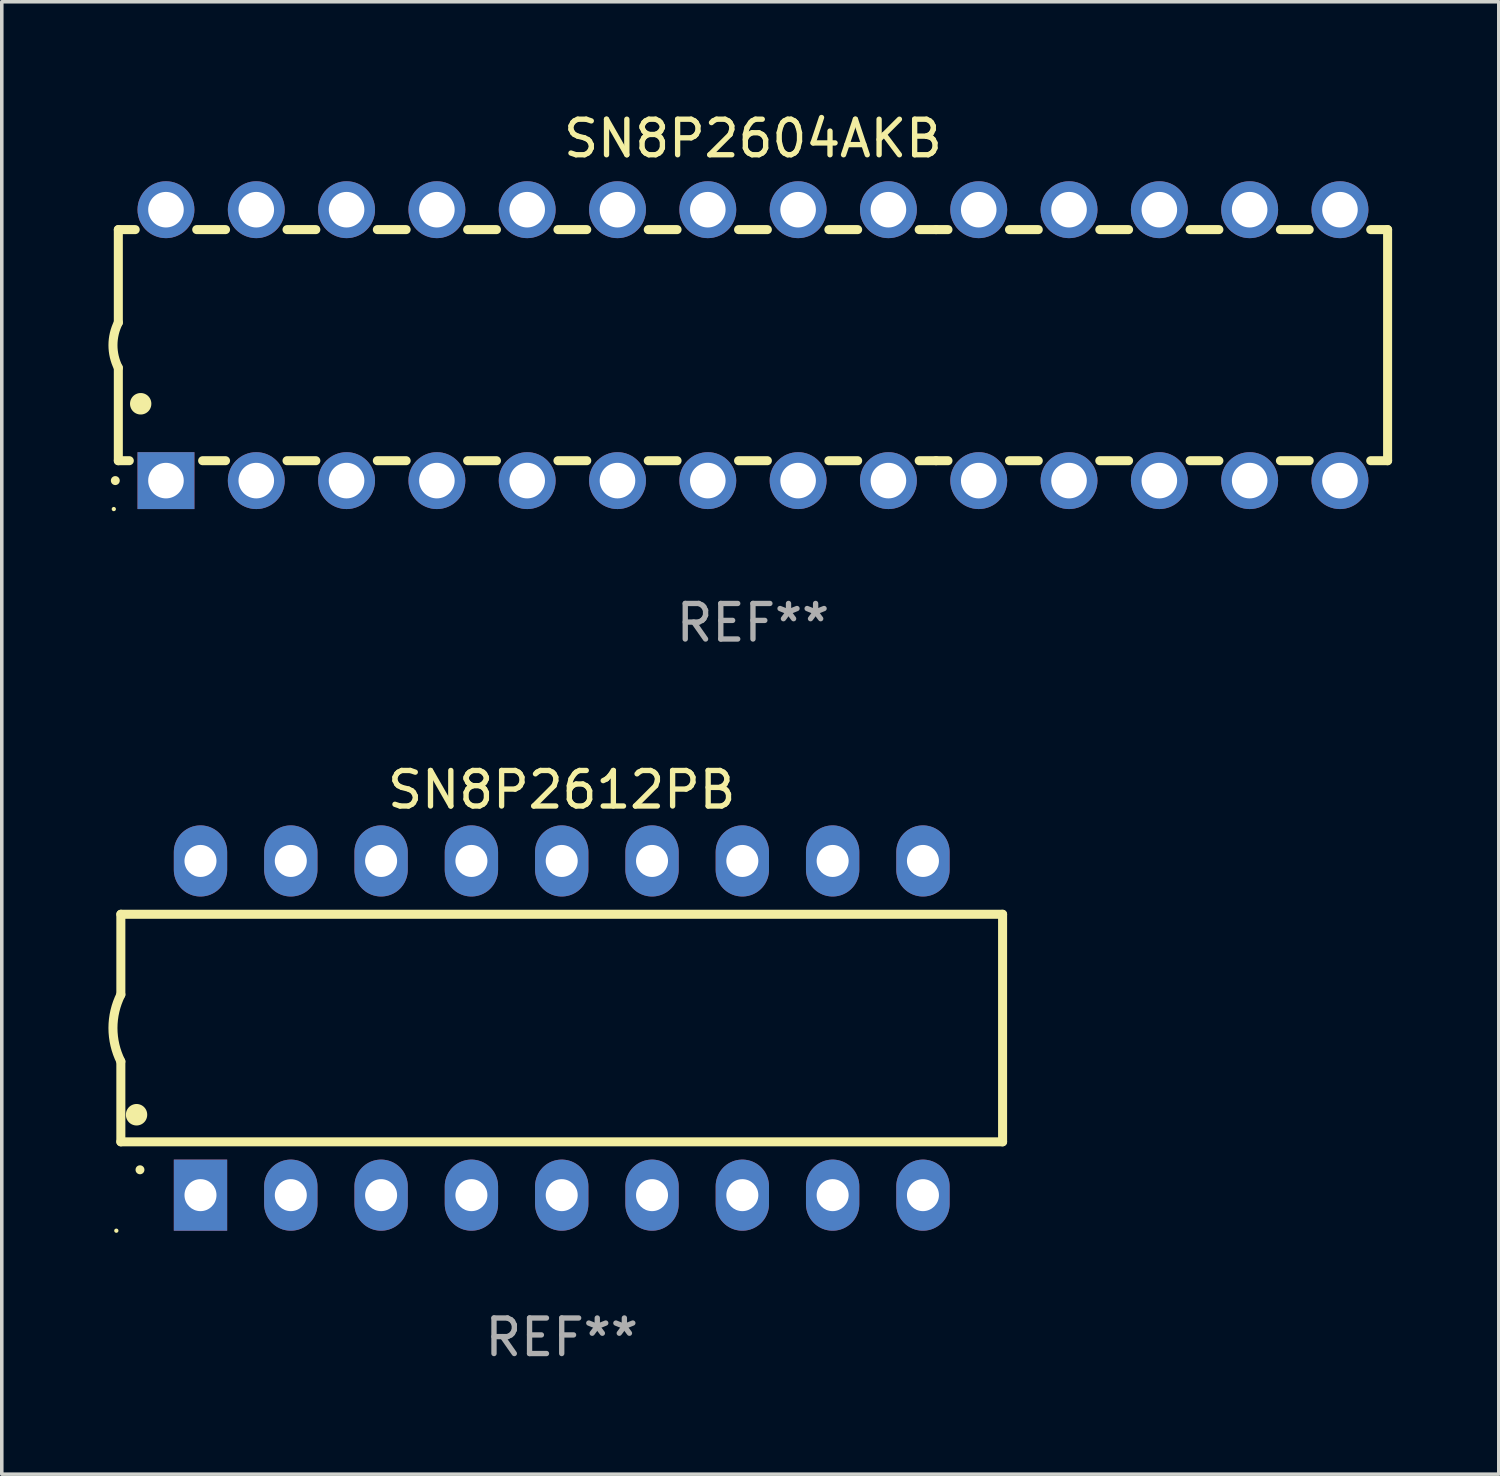
<source format=kicad_pcb>
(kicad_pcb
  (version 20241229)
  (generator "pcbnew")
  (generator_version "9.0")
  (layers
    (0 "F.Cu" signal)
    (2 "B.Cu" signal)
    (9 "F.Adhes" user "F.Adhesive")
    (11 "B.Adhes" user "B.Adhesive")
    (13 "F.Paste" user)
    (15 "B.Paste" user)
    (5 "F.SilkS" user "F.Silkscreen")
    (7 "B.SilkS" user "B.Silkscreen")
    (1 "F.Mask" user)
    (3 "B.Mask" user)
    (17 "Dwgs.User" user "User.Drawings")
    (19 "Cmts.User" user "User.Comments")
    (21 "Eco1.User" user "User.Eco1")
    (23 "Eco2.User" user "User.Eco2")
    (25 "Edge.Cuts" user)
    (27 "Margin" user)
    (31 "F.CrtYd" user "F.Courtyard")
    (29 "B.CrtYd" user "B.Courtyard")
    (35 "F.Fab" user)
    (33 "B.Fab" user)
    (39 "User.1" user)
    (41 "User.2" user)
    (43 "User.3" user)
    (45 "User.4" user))
  (footprint "SN8P2612PB"
    (layer "F.Cu")
    (at 12.749 25.865)
    (property "Reference" "SN8P2612PB" (at 0 -6.7 0) (layer "F.SilkS") (effects (font (size 1 1) (thickness 0.15))))
    (attr through_hole)
    (fp_line (start -12.4 -3.2) (end -12.4 -0.94) (stroke (width 0.254) (type solid)) (layer "F.SilkS"))
    (fp_line (start -12.4 -3.2) (end 12.4 -3.2) (stroke (width 0.254) (type solid)) (layer "F.SilkS"))
    (fp_line (start -12.4 3.2) (end -12.4 0.94) (stroke (width 0.254) (type solid)) (layer "F.SilkS"))
    (fp_line (start -12.4 3.2) (end 12.4 3.2) (stroke (width 0.254) (type solid)) (layer "F.SilkS"))
    (fp_line (start 12.4 -3.2) (end 12.4 3.2) (stroke (width 0.254) (type solid)) (layer "F.SilkS"))
    (fp_arc (start -12.400305 0.938531) (mid -12.621952 -0.000821) (end -12.400025 -0.940107) (stroke (width 0.254001) (type solid)) (layer "F.SilkS"))
    (fp_arc (start -11.958623 2.440843) (mid -11.958634 2.438303) (end -11.958623 2.435763) (stroke (width 0.6) (type solid)) (layer "F.SilkS"))
    (fp_arc (start -11.861824 3.987706) (mid -11.861831 3.986436) (end -11.861824 3.985166) (stroke (width 0.25) (type solid)) (layer "F.SilkS"))
    (fp_circle (center -12.527 5.7) (end -12.497 5.7) (stroke (width 0.06) (type solid)) (fill no) (layer "F.SilkS"))
    (fp_text user "REF**" (at 0 8.7 0) (layer "F.Fab") (effects (font (size 1 1) (thickness 0.15))))
    (pad "1" thru_hole rect (at -10.16 4.7 90) (size 2 1.5) (drill 0.9) (layers "*.Cu" "*.Mask"))
    (pad "2" thru_hole oval (at -7.62 4.7 90) (size 2 1.5) (drill 0.9) (layers "*.Cu" "*.Mask"))
    (pad "3" thru_hole oval (at -5.08 4.7 90) (size 2 1.5) (drill 0.9) (layers "*.Cu" "*.Mask"))
    (pad "4" thru_hole oval (at -2.54 4.7 90) (size 2 1.5) (drill 0.9) (layers "*.Cu" "*.Mask"))
    (pad "5" thru_hole oval (at 0 4.7 90) (size 2 1.5) (drill 0.9) (layers "*.Cu" "*.Mask"))
    (pad "6" thru_hole oval (at 2.54 4.7 90) (size 2 1.5) (drill 0.9) (layers "*.Cu" "*.Mask"))
    (pad "7" thru_hole oval (at 5.08 4.7 90) (size 2 1.5) (drill 0.9) (layers "*.Cu" "*.Mask"))
    (pad "8" thru_hole oval (at 7.62 4.7 90) (size 2 1.5) (drill 0.9) (layers "*.Cu" "*.Mask"))
    (pad "9" thru_hole oval (at 10.16 4.7 90) (size 2 1.5) (drill 0.9) (layers "*.Cu" "*.Mask"))
    (pad "10" thru_hole oval (at 10.16 -4.7 90) (size 2 1.5) (drill 0.9) (layers "*.Cu" "*.Mask"))
    (pad "11" thru_hole oval (at 7.62 -4.7 90) (size 2 1.5) (drill 0.9) (layers "*.Cu" "*.Mask"))
    (pad "12" thru_hole oval (at 5.08 -4.7 90) (size 2 1.5) (drill 0.9) (layers "*.Cu" "*.Mask"))
    (pad "13" thru_hole oval (at 2.54 -4.7 90) (size 2 1.5) (drill 0.9) (layers "*.Cu" "*.Mask"))
    (pad "14" thru_hole oval (at 0 -4.7 90) (size 2 1.5) (drill 0.9) (layers "*.Cu" "*.Mask"))
    (pad "15" thru_hole oval (at -2.54 -4.7 90) (size 2 1.5) (drill 0.9) (layers "*.Cu" "*.Mask"))
    (pad "16" thru_hole oval (at -5.08 -4.7 90) (size 2 1.5) (drill 0.9) (layers "*.Cu" "*.Mask"))
    (pad "17" thru_hole oval (at -7.62 -4.7 90) (size 2 1.5) (drill 0.9) (layers "*.Cu" "*.Mask"))
    (pad "18" thru_hole oval (at -10.16 -4.7 90) (size 2 1.5) (drill 0.9) (layers "*.Cu" "*.Mask")))
  (footprint "SN8P2604AKB"
    (layer "F.Cu")
    (at 18.128 6.658)
    (property "Reference" "SN8P2604AKB" (at 0 -5.81 0) (layer "F.SilkS") (effects (font (size 1 1) (thickness 0.15))))
    (attr through_hole)
    (fp_line (start -17.85 -3.25) (end -17.85 -0.635) (stroke (width 0.254) (type solid)) (layer "F.SilkS"))
    (fp_line (start -17.85 3.25) (end -17.85 0.635) (stroke (width 0.254) (type solid)) (layer "F.SilkS"))
    (fp_line (start -17.85 3.25) (end -17.541 3.25) (stroke (width 0.254) (type solid)) (layer "F.SilkS"))
    (fp_line (start -17.375 -3.25) (end -17.85 -3.25) (stroke (width 0.254) (type solid)) (layer "F.SilkS"))
    (fp_line (start -15.479 3.25) (end -14.835 3.25) (stroke (width 0.254) (type solid)) (layer "F.SilkS"))
    (fp_line (start -14.835 -3.25) (end -15.645 -3.25) (stroke (width 0.254) (type solid)) (layer "F.SilkS"))
    (fp_line (start -13.105 3.25) (end -12.295 3.25) (stroke (width 0.254) (type solid)) (layer "F.SilkS"))
    (fp_line (start -12.295 -3.25) (end -13.105 -3.25) (stroke (width 0.254) (type solid)) (layer "F.SilkS"))
    (fp_line (start -10.565 3.25) (end -9.755 3.25) (stroke (width 0.254) (type solid)) (layer "F.SilkS"))
    (fp_line (start -9.755 -3.25) (end -10.565 -3.25) (stroke (width 0.254) (type solid)) (layer "F.SilkS"))
    (fp_line (start -8.025 3.25) (end -7.215 3.25) (stroke (width 0.254) (type solid)) (layer "F.SilkS"))
    (fp_line (start -7.215 -3.25) (end -8.025 -3.25) (stroke (width 0.254) (type solid)) (layer "F.SilkS"))
    (fp_line (start -5.485 3.25) (end -4.675 3.25) (stroke (width 0.254) (type solid)) (layer "F.SilkS"))
    (fp_line (start -4.675 -3.25) (end -5.485 -3.25) (stroke (width 0.254) (type solid)) (layer "F.SilkS"))
    (fp_line (start -2.945 3.25) (end -2.135 3.25) (stroke (width 0.254) (type solid)) (layer "F.SilkS"))
    (fp_line (start -2.135 -3.25) (end -2.945 -3.25) (stroke (width 0.254) (type solid)) (layer "F.SilkS"))
    (fp_line (start -0.405 3.25) (end 0.405 3.25) (stroke (width 0.254) (type solid)) (layer "F.SilkS"))
    (fp_line (start 0.405 -3.25) (end -0.405 -3.25) (stroke (width 0.254) (type solid)) (layer "F.SilkS"))
    (fp_line (start 2.135 3.25) (end 2.945 3.25) (stroke (width 0.254) (type solid)) (layer "F.SilkS"))
    (fp_line (start 2.945 -3.25) (end 2.135 -3.25) (stroke (width 0.254) (type solid)) (layer "F.SilkS"))
    (fp_line (start 4.675 3.25) (end 5.15 3.25) (stroke (width 0.254) (type solid)) (layer "F.SilkS"))
    (fp_line (start 5.15 -3.25) (end 4.675 -3.25) (stroke (width 0.254) (type solid)) (layer "F.SilkS"))
    (fp_line (start 5.15 -3.25) (end 5.485 -3.25) (stroke (width 0.254) (type solid)) (layer "F.SilkS"))
    (fp_line (start 5.15 3.25) (end 5.485 3.25) (stroke (width 0.254) (type solid)) (layer "F.SilkS"))
    (fp_line (start 7.215 -3.25) (end 8.025 -3.25) (stroke (width 0.254) (type solid)) (layer "F.SilkS"))
    (fp_line (start 7.215 3.25) (end 8.025 3.25) (stroke (width 0.254) (type solid)) (layer "F.SilkS"))
    (fp_line (start 9.755 -3.25) (end 10.565 -3.25) (stroke (width 0.254) (type solid)) (layer "F.SilkS"))
    (fp_line (start 9.755 3.25) (end 10.565 3.25) (stroke (width 0.254) (type solid)) (layer "F.SilkS"))
    (fp_line (start 12.295 -3.25) (end 13.105 -3.25) (stroke (width 0.254) (type solid)) (layer "F.SilkS"))
    (fp_line (start 12.295 3.25) (end 13.105 3.25) (stroke (width 0.254) (type solid)) (layer "F.SilkS"))
    (fp_line (start 14.835 -3.25) (end 15.645 -3.25) (stroke (width 0.254) (type solid)) (layer "F.SilkS"))
    (fp_line (start 14.835 3.25) (end 15.645 3.25) (stroke (width 0.254) (type solid)) (layer "F.SilkS"))
    (fp_line (start 17.375 -3.25) (end 17.85 -3.25) (stroke (width 0.254) (type solid)) (layer "F.SilkS"))
    (fp_line (start 17.375 3.25) (end 17.85 3.25) (stroke (width 0.254) (type solid)) (layer "F.SilkS"))
    (fp_line (start 17.85 -3.25) (end 17.85 3.25) (stroke (width 0.254) (type solid)) (layer "F.SilkS"))
    (fp_arc (start -17.934976 3.810008) (mid -17.934983 3.808738) (end -17.934976 3.807468) (stroke (width 0.25) (type solid)) (layer "F.SilkS"))
    (fp_arc (start -17.851155 0.635002) (mid -18.000677 -0.000132) (end -17.850038 -0.635001) (stroke (width 0.254001) (type solid)) (layer "F.SilkS"))
    (fp_arc (start -17.221234 1.651003) (mid -17.221245 1.648463) (end -17.221234 1.645923) (stroke (width 0.6) (type solid)) (layer "F.SilkS"))
    (fp_circle (center -17.977 4.61) (end -17.947 4.61) (stroke (width 0.06) (type solid)) (fill no) (layer "F.SilkS"))
    (fp_text user "REF**" (at 0 7.81 0) (layer "F.Fab") (effects (font (size 1 1) (thickness 0.15))))
    (pad "1" thru_hole rect (at -16.51 3.81 90) (size 1.6 1.6) (drill 1) (layers "*.Cu" "*.Mask"))
    (pad "2" thru_hole circle (at -13.97 3.81 90) (size 1.6 1.6) (drill 1) (layers "*.Cu" "*.Mask"))
    (pad "3" thru_hole circle (at -11.43 3.81 90) (size 1.6 1.6) (drill 1) (layers "*.Cu" "*.Mask"))
    (pad "4" thru_hole circle (at -8.89 3.81 90) (size 1.6 1.6) (drill 1) (layers "*.Cu" "*.Mask"))
    (pad "5" thru_hole circle (at -6.35 3.81 90) (size 1.6 1.6) (drill 1) (layers "*.Cu" "*.Mask"))
    (pad "6" thru_hole circle (at -3.81 3.81 90) (size 1.6 1.6) (drill 1) (layers "*.Cu" "*.Mask"))
    (pad "7" thru_hole circle (at -1.27 3.81 90) (size 1.6 1.6) (drill 1) (layers "*.Cu" "*.Mask"))
    (pad "8" thru_hole circle (at 1.27 3.81 90) (size 1.6 1.6) (drill 1) (layers "*.Cu" "*.Mask"))
    (pad "9" thru_hole circle (at 3.81 3.81 90) (size 1.6 1.6) (drill 1) (layers "*.Cu" "*.Mask"))
    (pad "10" thru_hole circle (at 6.35 3.81 90) (size 1.6 1.6) (drill 1) (layers "*.Cu" "*.Mask"))
    (pad "11" thru_hole circle (at 8.89 3.81 90) (size 1.6 1.6) (drill 1) (layers "*.Cu" "*.Mask"))
    (pad "12" thru_hole circle (at 11.43 3.81 90) (size 1.6 1.6) (drill 1) (layers "*.Cu" "*.Mask"))
    (pad "13" thru_hole circle (at 13.97 3.81 90) (size 1.6 1.6) (drill 1) (layers "*.Cu" "*.Mask"))
    (pad "14" thru_hole circle (at 16.51 3.81 90) (size 1.6 1.6) (drill 1) (layers "*.Cu" "*.Mask"))
    (pad "15" thru_hole circle (at 16.51 -3.81 90) (size 1.6 1.6) (drill 1) (layers "*.Cu" "*.Mask"))
    (pad "16" thru_hole circle (at 13.97 -3.81 90) (size 1.6 1.6) (drill 1) (layers "*.Cu" "*.Mask"))
    (pad "17" thru_hole circle (at 11.43 -3.81 90) (size 1.6 1.6) (drill 1) (layers "*.Cu" "*.Mask"))
    (pad "18" thru_hole circle (at 8.89 -3.81 90) (size 1.6 1.6) (drill 1) (layers "*.Cu" "*.Mask"))
    (pad "19" thru_hole circle (at 6.35 -3.81 90) (size 1.6 1.6) (drill 1) (layers "*.Cu" "*.Mask"))
    (pad "20" thru_hole circle (at 3.81 -3.81 90) (size 1.6 1.6) (drill 1) (layers "*.Cu" "*.Mask"))
    (pad "21" thru_hole circle (at 1.27 -3.81 90) (size 1.6 1.6) (drill 1) (layers "*.Cu" "*.Mask"))
    (pad "22" thru_hole circle (at -1.27 -3.81 90) (size 1.6 1.6) (drill 1) (layers "*.Cu" "*.Mask"))
    (pad "23" thru_hole circle (at -3.81 -3.81 90) (size 1.6 1.6) (drill 1) (layers "*.Cu" "*.Mask"))
    (pad "24" thru_hole circle (at -6.35 -3.81 90) (size 1.6 1.6) (drill 1) (layers "*.Cu" "*.Mask"))
    (pad "25" thru_hole circle (at -8.89 -3.81 90) (size 1.6 1.6) (drill 1) (layers "*.Cu" "*.Mask"))
    (pad "26" thru_hole circle (at -11.43 -3.81 90) (size 1.6 1.6) (drill 1) (layers "*.Cu" "*.Mask"))
    (pad "27" thru_hole circle (at -13.97 -3.81 90) (size 1.6 1.6) (drill 1) (layers "*.Cu" "*.Mask"))
    (pad "28" thru_hole circle (at -16.51 -3.81 90) (size 1.6 1.6) (drill 1) (layers "*.Cu" "*.Mask")))
  (gr_rect
    (start -3 -3)
    (end 39.105 38.413)
    (stroke (width 0.1) (type default))
    (fill no)
    (layer "Edge.Cuts")))
</source>
